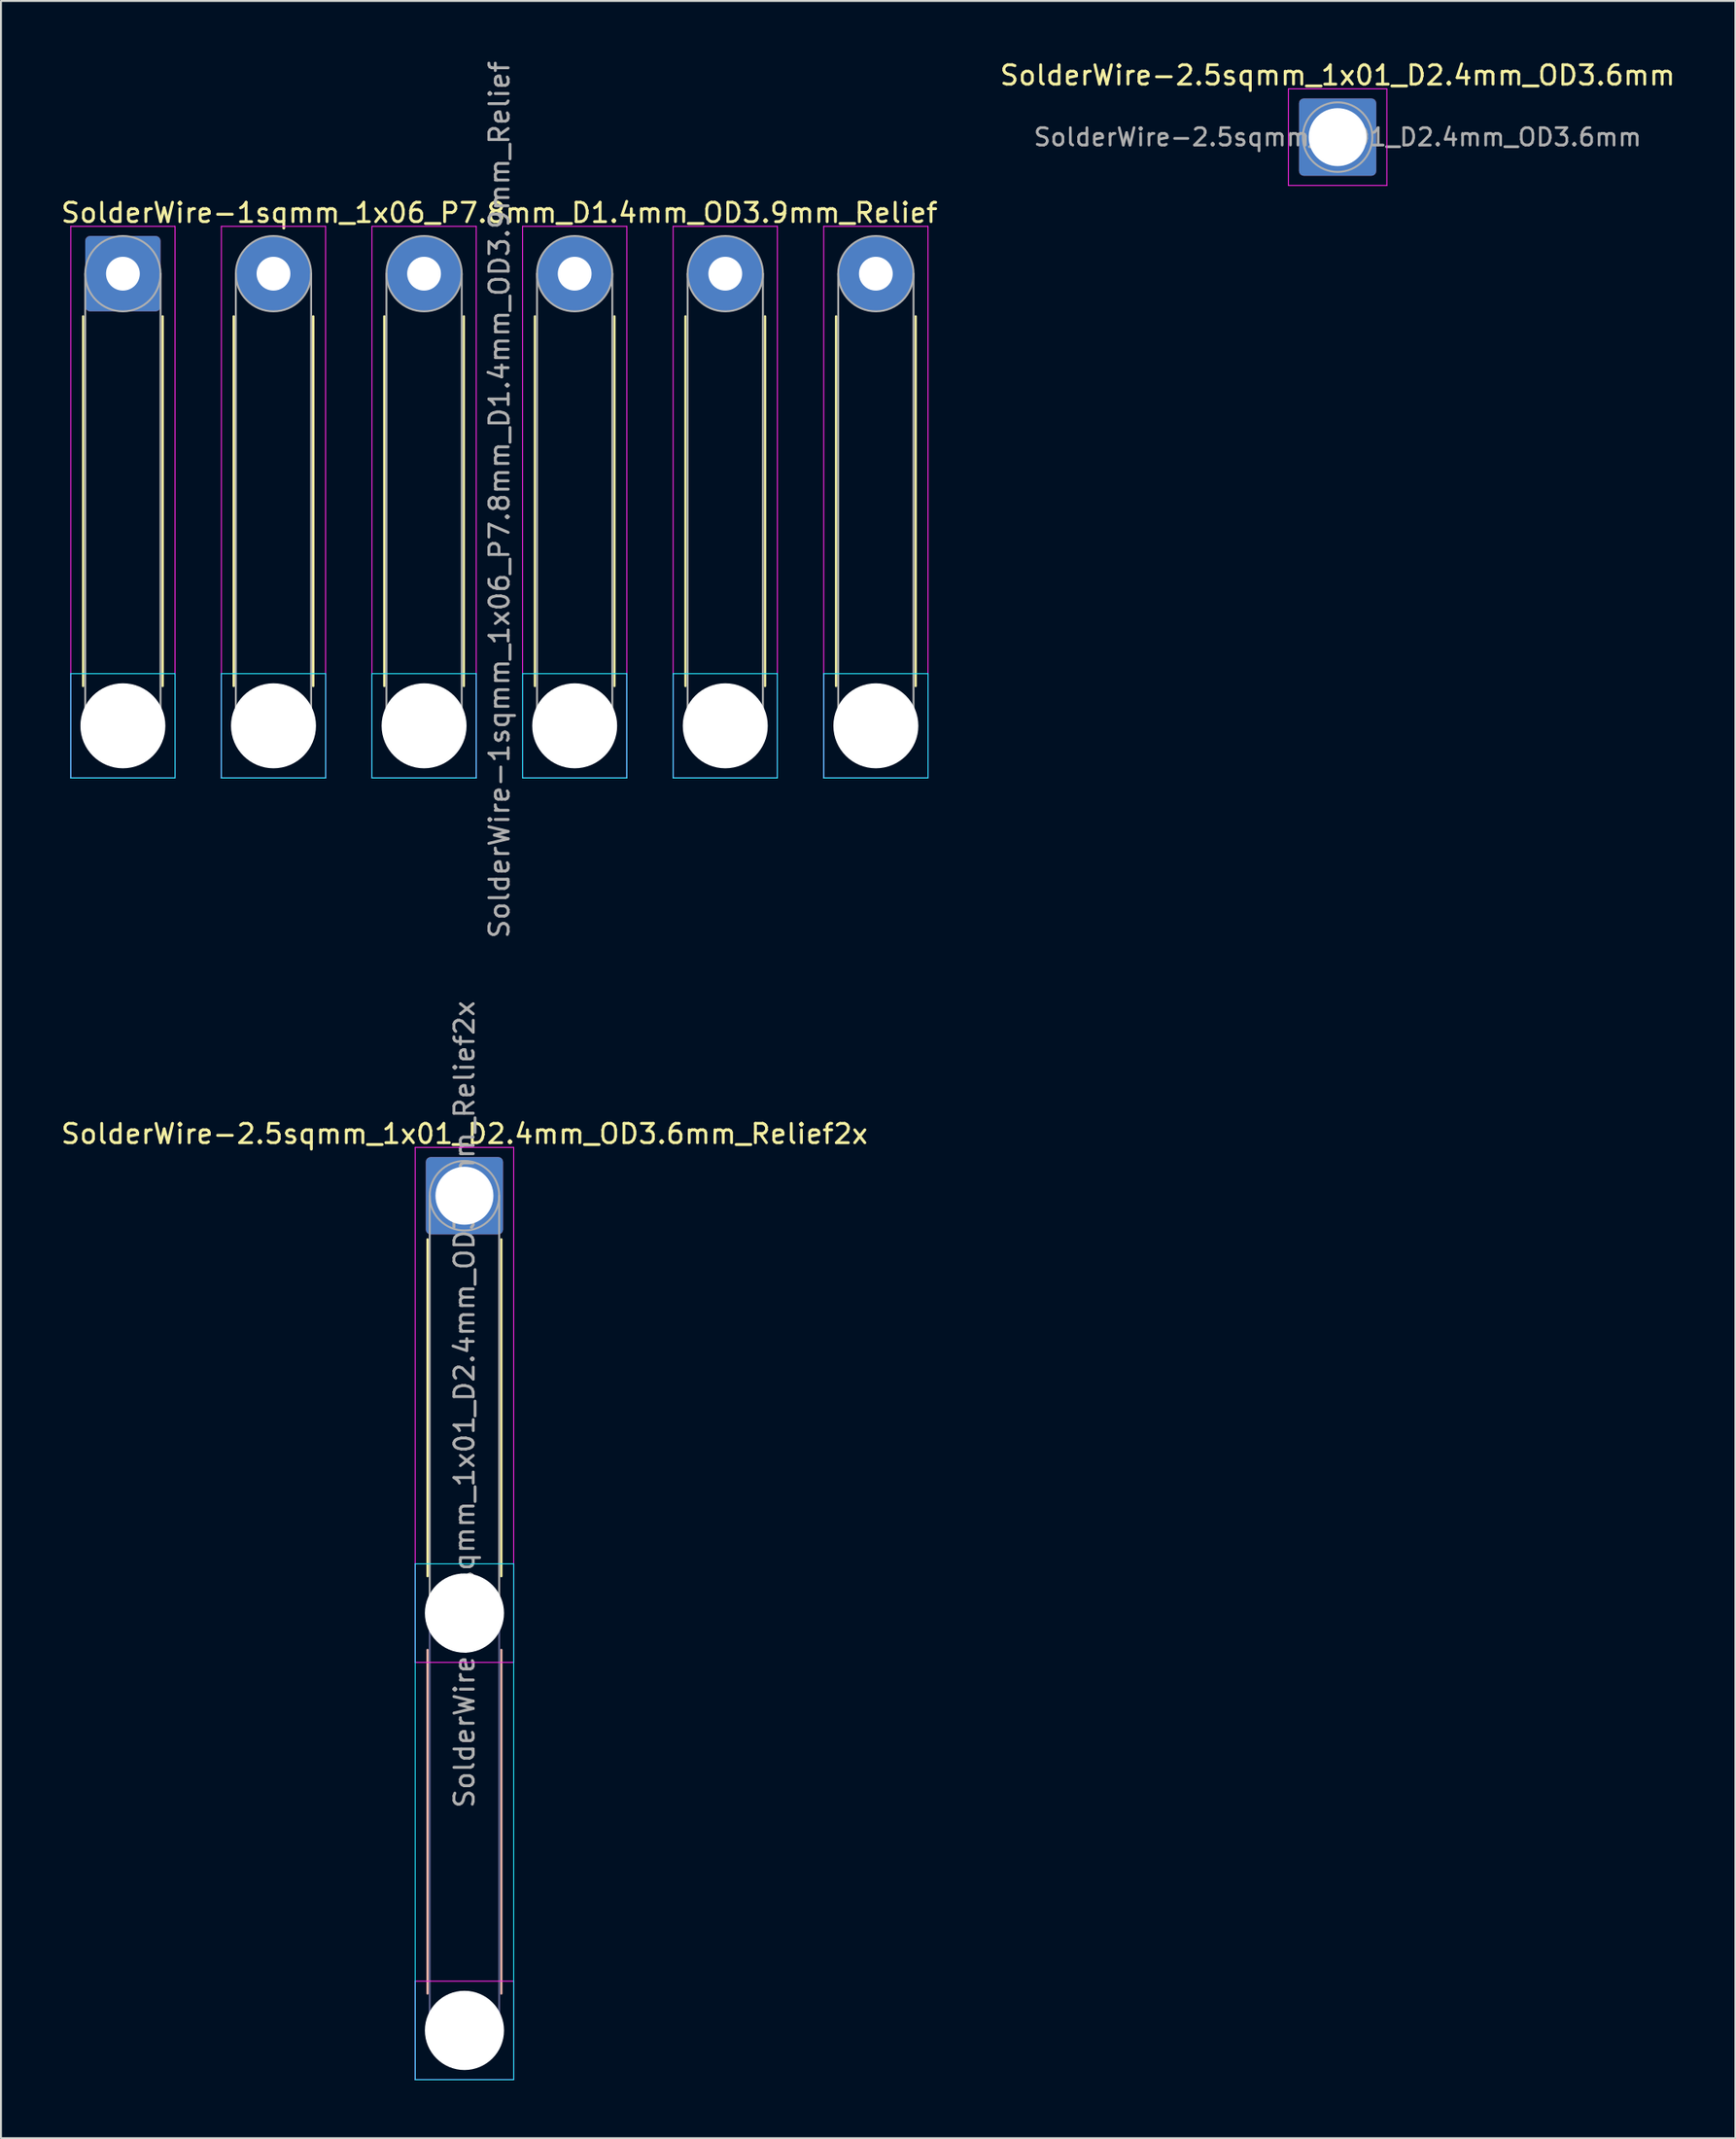
<source format=kicad_pcb>
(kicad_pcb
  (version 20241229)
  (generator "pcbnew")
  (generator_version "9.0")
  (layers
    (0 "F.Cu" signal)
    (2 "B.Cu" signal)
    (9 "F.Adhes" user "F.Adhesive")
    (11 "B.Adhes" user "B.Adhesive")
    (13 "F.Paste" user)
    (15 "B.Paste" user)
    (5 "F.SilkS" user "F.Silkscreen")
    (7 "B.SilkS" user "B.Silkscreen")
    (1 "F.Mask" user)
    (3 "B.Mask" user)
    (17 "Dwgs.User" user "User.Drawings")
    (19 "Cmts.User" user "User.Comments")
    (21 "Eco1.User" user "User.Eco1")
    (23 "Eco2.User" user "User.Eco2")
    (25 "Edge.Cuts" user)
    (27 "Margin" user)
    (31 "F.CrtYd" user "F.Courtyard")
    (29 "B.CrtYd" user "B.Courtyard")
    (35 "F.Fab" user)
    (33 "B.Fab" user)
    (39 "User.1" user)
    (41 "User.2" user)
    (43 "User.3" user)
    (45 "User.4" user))
  (footprint "SolderWire-2.5sqmm_1x01_D2.4mm_OD3.6mm_Relief2x"
    (layer "F.Cu")
    (at 21.006 58.837)
    (property "Reference" "SolderWire-2.5sqmm_1x01_D2.4mm_OD3.6mm_Relief2x" (at 0 -3.2 0) (layer "F.SilkS") (effects (font (size 1 1) (thickness 0.15))))
    (attr exclude_from_pos_files exclude_from_bom)
    (fp_line (start -1.91 2.26) (end -1.91 19.69) (stroke (width 0.12) (type solid)) (layer "F.SilkS"))
    (fp_line (start 1.91 2.26) (end 1.91 19.69) (stroke (width 0.12) (type solid)) (layer "F.SilkS"))
    (fp_line (start -1.91 23.51) (end -1.91 41.29) (stroke (width 0.12) (type solid)) (layer "B.SilkS"))
    (fp_line (start 1.91 23.51) (end 1.91 41.29) (stroke (width 0.12) (type solid)) (layer "B.SilkS"))
    (fp_line (start -2.55 19.05) (end -2.55 45.75) (stroke (width 0.05) (type solid)) (layer "B.CrtYd"))
    (fp_line (start -2.55 45.75) (end 2.55 45.75) (stroke (width 0.05) (type solid)) (layer "B.CrtYd"))
    (fp_line (start 2.55 19.05) (end -2.55 19.05) (stroke (width 0.05) (type solid)) (layer "B.CrtYd"))
    (fp_line (start 2.55 45.75) (end 2.55 19.05) (stroke (width 0.05) (type solid)) (layer "B.CrtYd"))
    (fp_line (start -2.55 -2.5) (end -2.55 24.15) (stroke (width 0.05) (type solid)) (layer "F.CrtYd"))
    (fp_line (start -2.55 24.15) (end 2.55 24.15) (stroke (width 0.05) (type solid)) (layer "F.CrtYd"))
    (fp_line (start -2.55 40.65) (end -2.55 45.75) (stroke (width 0.05) (type solid)) (layer "F.CrtYd"))
    (fp_line (start -2.55 45.75) (end 2.55 45.75) (stroke (width 0.05) (type solid)) (layer "F.CrtYd"))
    (fp_line (start 2.55 -2.5) (end -2.55 -2.5) (stroke (width 0.05) (type solid)) (layer "F.CrtYd"))
    (fp_line (start 2.55 24.15) (end 2.55 -2.5) (stroke (width 0.05) (type solid)) (layer "F.CrtYd"))
    (fp_line (start 2.55 40.65) (end -2.55 40.65) (stroke (width 0.05) (type solid)) (layer "F.CrtYd"))
    (fp_line (start 2.55 45.75) (end 2.55 40.65) (stroke (width 0.05) (type solid)) (layer "F.CrtYd"))
    (fp_line (start -1.8 21.6) (end -1.8 43.2) (stroke (width 0.1) (type solid)) (layer "B.Fab"))
    (fp_line (start 1.8 21.6) (end 1.8 43.2) (stroke (width 0.1) (type solid)) (layer "B.Fab"))
    (fp_circle (center 0 21.6) (end 1.8 21.6) (stroke (width 0.1) (type solid)) (fill no) (layer "B.Fab"))
    (fp_circle (center 0 43.2) (end 1.8 43.2) (stroke (width 0.1) (type solid)) (fill no) (layer "B.Fab"))
    (fp_line (start -1.8 0) (end -1.8 21.6) (stroke (width 0.1) (type solid)) (layer "F.Fab"))
    (fp_line (start 1.8 0) (end 1.8 21.6) (stroke (width 0.1) (type solid)) (layer "F.Fab"))
    (fp_circle (center 0 0) (end 1.8 0) (stroke (width 0.1) (type solid)) (fill no) (layer "F.Fab"))
    (fp_circle (center 0 21.6) (end 1.8 21.6) (stroke (width 0.1) (type solid)) (fill no) (layer "F.Fab"))
    (fp_circle (center 0 43.2) (end 1.8 43.2) (stroke (width 0.1) (type solid)) (fill no) (layer "F.Fab"))
    (fp_text user "${REFERENCE}" (at 0 10.8 90) (layer "F.Fab") (effects (font (size 1 1) (thickness 0.15))))
    (pad "" np_thru_hole circle (at 0 21.6) (size 4.1 4.1) (drill 4.1) (layers "*.Cu" "*.Mask"))
    (pad "" np_thru_hole circle (at 0 43.2) (size 4.1 4.1) (drill 4.1) (layers "*.Cu" "*.Mask"))
    (pad "1" thru_hole roundrect (at 0 0) (size 4 4) (drill 3) (layers "*.Cu" "*.Mask") (roundrect_rratio 0.062)))
  (footprint "SolderWire-1sqmm_1x06_P7.8mm_D1.4mm_OD3.9mm_Relief"
    (layer "F.Cu")
    (at 3.315 11.115)
    (property "Reference" "SolderWire-1sqmm_1x06_P7.8mm_D1.4mm_OD3.9mm_Relief" (at 19.5 -3.15 0) (layer "F.SilkS") (effects (font (size 1 1) (thickness 0.15))))
    (attr exclude_from_pos_files exclude_from_bom)
    (fp_line (start -2.06 2.21) (end -2.06 21.34) (stroke (width 0.12) (type solid)) (layer "F.SilkS"))
    (fp_line (start 2.06 2.21) (end 2.06 21.34) (stroke (width 0.12) (type solid)) (layer "F.SilkS"))
    (fp_line (start 5.74 2.21) (end 5.74 21.34) (stroke (width 0.12) (type solid)) (layer "F.SilkS"))
    (fp_line (start 9.86 2.21) (end 9.86 21.34) (stroke (width 0.12) (type solid)) (layer "F.SilkS"))
    (fp_line (start 13.54 2.21) (end 13.54 21.34) (stroke (width 0.12) (type solid)) (layer "F.SilkS"))
    (fp_line (start 17.66 2.21) (end 17.66 21.34) (stroke (width 0.12) (type solid)) (layer "F.SilkS"))
    (fp_line (start 21.34 2.21) (end 21.34 21.34) (stroke (width 0.12) (type solid)) (layer "F.SilkS"))
    (fp_line (start 25.46 2.21) (end 25.46 21.34) (stroke (width 0.12) (type solid)) (layer "F.SilkS"))
    (fp_line (start 29.14 2.21) (end 29.14 21.34) (stroke (width 0.12) (type solid)) (layer "F.SilkS"))
    (fp_line (start 33.26 2.21) (end 33.26 21.34) (stroke (width 0.12) (type solid)) (layer "F.SilkS"))
    (fp_line (start 36.94 2.21) (end 36.94 21.34) (stroke (width 0.12) (type solid)) (layer "F.SilkS"))
    (fp_line (start 41.06 2.21) (end 41.06 21.34) (stroke (width 0.12) (type solid)) (layer "F.SilkS"))
    (fp_line (start -2.7 20.7) (end -2.7 26.1) (stroke (width 0.05) (type solid)) (layer "B.CrtYd"))
    (fp_line (start -2.7 26.1) (end 2.7 26.1) (stroke (width 0.05) (type solid)) (layer "B.CrtYd"))
    (fp_line (start 2.7 20.7) (end -2.7 20.7) (stroke (width 0.05) (type solid)) (layer "B.CrtYd"))
    (fp_line (start 2.7 26.1) (end 2.7 20.7) (stroke (width 0.05) (type solid)) (layer "B.CrtYd"))
    (fp_line (start 5.1 20.7) (end 5.1 26.1) (stroke (width 0.05) (type solid)) (layer "B.CrtYd"))
    (fp_line (start 5.1 26.1) (end 10.5 26.1) (stroke (width 0.05) (type solid)) (layer "B.CrtYd"))
    (fp_line (start 10.5 20.7) (end 5.1 20.7) (stroke (width 0.05) (type solid)) (layer "B.CrtYd"))
    (fp_line (start 10.5 26.1) (end 10.5 20.7) (stroke (width 0.05) (type solid)) (layer "B.CrtYd"))
    (fp_line (start 12.9 20.7) (end 12.9 26.1) (stroke (width 0.05) (type solid)) (layer "B.CrtYd"))
    (fp_line (start 12.9 26.1) (end 18.3 26.1) (stroke (width 0.05) (type solid)) (layer "B.CrtYd"))
    (fp_line (start 18.3 20.7) (end 12.9 20.7) (stroke (width 0.05) (type solid)) (layer "B.CrtYd"))
    (fp_line (start 18.3 26.1) (end 18.3 20.7) (stroke (width 0.05) (type solid)) (layer "B.CrtYd"))
    (fp_line (start 20.7 20.7) (end 20.7 26.1) (stroke (width 0.05) (type solid)) (layer "B.CrtYd"))
    (fp_line (start 20.7 26.1) (end 26.1 26.1) (stroke (width 0.05) (type solid)) (layer "B.CrtYd"))
    (fp_line (start 26.1 20.7) (end 20.7 20.7) (stroke (width 0.05) (type solid)) (layer "B.CrtYd"))
    (fp_line (start 26.1 26.1) (end 26.1 20.7) (stroke (width 0.05) (type solid)) (layer "B.CrtYd"))
    (fp_line (start 28.5 20.7) (end 28.5 26.1) (stroke (width 0.05) (type solid)) (layer "B.CrtYd"))
    (fp_line (start 28.5 26.1) (end 33.9 26.1) (stroke (width 0.05) (type solid)) (layer "B.CrtYd"))
    (fp_line (start 33.9 20.7) (end 28.5 20.7) (stroke (width 0.05) (type solid)) (layer "B.CrtYd"))
    (fp_line (start 33.9 26.1) (end 33.9 20.7) (stroke (width 0.05) (type solid)) (layer "B.CrtYd"))
    (fp_line (start 36.3 20.7) (end 36.3 26.1) (stroke (width 0.05) (type solid)) (layer "B.CrtYd"))
    (fp_line (start 36.3 26.1) (end 41.7 26.1) (stroke (width 0.05) (type solid)) (layer "B.CrtYd"))
    (fp_line (start 41.7 20.7) (end 36.3 20.7) (stroke (width 0.05) (type solid)) (layer "B.CrtYd"))
    (fp_line (start 41.7 26.1) (end 41.7 20.7) (stroke (width 0.05) (type solid)) (layer "B.CrtYd"))
    (fp_line (start -2.7 -2.45) (end -2.7 26.1) (stroke (width 0.05) (type solid)) (layer "F.CrtYd"))
    (fp_line (start -2.7 26.1) (end 2.7 26.1) (stroke (width 0.05) (type solid)) (layer "F.CrtYd"))
    (fp_line (start 2.7 -2.45) (end -2.7 -2.45) (stroke (width 0.05) (type solid)) (layer "F.CrtYd"))
    (fp_line (start 2.7 26.1) (end 2.7 -2.45) (stroke (width 0.05) (type solid)) (layer "F.CrtYd"))
    (fp_line (start 5.1 -2.45) (end 5.1 26.1) (stroke (width 0.05) (type solid)) (layer "F.CrtYd"))
    (fp_line (start 5.1 26.1) (end 10.5 26.1) (stroke (width 0.05) (type solid)) (layer "F.CrtYd"))
    (fp_line (start 10.5 -2.45) (end 5.1 -2.45) (stroke (width 0.05) (type solid)) (layer "F.CrtYd"))
    (fp_line (start 10.5 26.1) (end 10.5 -2.45) (stroke (width 0.05) (type solid)) (layer "F.CrtYd"))
    (fp_line (start 12.9 -2.45) (end 12.9 26.1) (stroke (width 0.05) (type solid)) (layer "F.CrtYd"))
    (fp_line (start 12.9 26.1) (end 18.3 26.1) (stroke (width 0.05) (type solid)) (layer "F.CrtYd"))
    (fp_line (start 18.3 -2.45) (end 12.9 -2.45) (stroke (width 0.05) (type solid)) (layer "F.CrtYd"))
    (fp_line (start 18.3 26.1) (end 18.3 -2.45) (stroke (width 0.05) (type solid)) (layer "F.CrtYd"))
    (fp_line (start 20.7 -2.45) (end 20.7 26.1) (stroke (width 0.05) (type solid)) (layer "F.CrtYd"))
    (fp_line (start 20.7 26.1) (end 26.1 26.1) (stroke (width 0.05) (type solid)) (layer "F.CrtYd"))
    (fp_line (start 26.1 -2.45) (end 20.7 -2.45) (stroke (width 0.05) (type solid)) (layer "F.CrtYd"))
    (fp_line (start 26.1 26.1) (end 26.1 -2.45) (stroke (width 0.05) (type solid)) (layer "F.CrtYd"))
    (fp_line (start 28.5 -2.45) (end 28.5 26.1) (stroke (width 0.05) (type solid)) (layer "F.CrtYd"))
    (fp_line (start 28.5 26.1) (end 33.9 26.1) (stroke (width 0.05) (type solid)) (layer "F.CrtYd"))
    (fp_line (start 33.9 -2.45) (end 28.5 -2.45) (stroke (width 0.05) (type solid)) (layer "F.CrtYd"))
    (fp_line (start 33.9 26.1) (end 33.9 -2.45) (stroke (width 0.05) (type solid)) (layer "F.CrtYd"))
    (fp_line (start 36.3 -2.45) (end 36.3 26.1) (stroke (width 0.05) (type solid)) (layer "F.CrtYd"))
    (fp_line (start 36.3 26.1) (end 41.7 26.1) (stroke (width 0.05) (type solid)) (layer "F.CrtYd"))
    (fp_line (start 41.7 -2.45) (end 36.3 -2.45) (stroke (width 0.05) (type solid)) (layer "F.CrtYd"))
    (fp_line (start 41.7 26.1) (end 41.7 -2.45) (stroke (width 0.05) (type solid)) (layer "F.CrtYd"))
    (fp_line (start -1.95 0) (end -1.95 23.4) (stroke (width 0.1) (type solid)) (layer "F.Fab"))
    (fp_line (start 1.95 0) (end 1.95 23.4) (stroke (width 0.1) (type solid)) (layer "F.Fab"))
    (fp_line (start 5.85 0) (end 5.85 23.4) (stroke (width 0.1) (type solid)) (layer "F.Fab"))
    (fp_line (start 9.75 0) (end 9.75 23.4) (stroke (width 0.1) (type solid)) (layer "F.Fab"))
    (fp_line (start 13.65 0) (end 13.65 23.4) (stroke (width 0.1) (type solid)) (layer "F.Fab"))
    (fp_line (start 17.55 0) (end 17.55 23.4) (stroke (width 0.1) (type solid)) (layer "F.Fab"))
    (fp_line (start 21.45 0) (end 21.45 23.4) (stroke (width 0.1) (type solid)) (layer "F.Fab"))
    (fp_line (start 25.35 0) (end 25.35 23.4) (stroke (width 0.1) (type solid)) (layer "F.Fab"))
    (fp_line (start 29.25 0) (end 29.25 23.4) (stroke (width 0.1) (type solid)) (layer "F.Fab"))
    (fp_line (start 33.15 0) (end 33.15 23.4) (stroke (width 0.1) (type solid)) (layer "F.Fab"))
    (fp_line (start 37.05 0) (end 37.05 23.4) (stroke (width 0.1) (type solid)) (layer "F.Fab"))
    (fp_line (start 40.95 0) (end 40.95 23.4) (stroke (width 0.1) (type solid)) (layer "F.Fab"))
    (fp_circle (center 0 0) (end 1.95 0) (stroke (width 0.1) (type solid)) (fill no) (layer "F.Fab"))
    (fp_circle (center 0 23.4) (end 1.95 23.4) (stroke (width 0.1) (type solid)) (fill no) (layer "F.Fab"))
    (fp_circle (center 7.8 0) (end 9.75 0) (stroke (width 0.1) (type solid)) (fill no) (layer "F.Fab"))
    (fp_circle (center 7.8 23.4) (end 9.75 23.4) (stroke (width 0.1) (type solid)) (fill no) (layer "F.Fab"))
    (fp_circle (center 15.6 0) (end 17.55 0) (stroke (width 0.1) (type solid)) (fill no) (layer "F.Fab"))
    (fp_circle (center 15.6 23.4) (end 17.55 23.4) (stroke (width 0.1) (type solid)) (fill no) (layer "F.Fab"))
    (fp_circle (center 23.4 0) (end 25.35 0) (stroke (width 0.1) (type solid)) (fill no) (layer "F.Fab"))
    (fp_circle (center 23.4 23.4) (end 25.35 23.4) (stroke (width 0.1) (type solid)) (fill no) (layer "F.Fab"))
    (fp_circle (center 31.2 0) (end 33.15 0) (stroke (width 0.1) (type solid)) (fill no) (layer "F.Fab"))
    (fp_circle (center 31.2 23.4) (end 33.15 23.4) (stroke (width 0.1) (type solid)) (fill no) (layer "F.Fab"))
    (fp_circle (center 39 0) (end 40.95 0) (stroke (width 0.1) (type solid)) (fill no) (layer "F.Fab"))
    (fp_circle (center 39 23.4) (end 40.95 23.4) (stroke (width 0.1) (type solid)) (fill no) (layer "F.Fab"))
    (fp_text user "${REFERENCE}" (at 19.5 11.7 90) (layer "F.Fab") (effects (font (size 1 1) (thickness 0.15))))
    (pad "" np_thru_hole circle (at 0 23.4) (size 4.4 4.4) (drill 4.4) (layers "*.Cu" "*.Mask"))
    (pad "" np_thru_hole circle (at 7.8 23.4) (size 4.4 4.4) (drill 4.4) (layers "*.Cu" "*.Mask"))
    (pad "" np_thru_hole circle (at 15.6 23.4) (size 4.4 4.4) (drill 4.4) (layers "*.Cu" "*.Mask"))
    (pad "" np_thru_hole circle (at 23.4 23.4) (size 4.4 4.4) (drill 4.4) (layers "*.Cu" "*.Mask"))
    (pad "" np_thru_hole circle (at 31.2 23.4) (size 4.4 4.4) (drill 4.4) (layers "*.Cu" "*.Mask"))
    (pad "" np_thru_hole circle (at 39 23.4) (size 4.4 4.4) (drill 4.4) (layers "*.Cu" "*.Mask"))
    (pad "1" thru_hole roundrect (at 0 0) (size 3.9 3.9) (drill 1.75) (layers "*.Cu" "*.Mask") (roundrect_rratio 0.064))
    (pad "2" thru_hole circle (at 7.8 0) (size 3.9 3.9) (drill 1.75) (layers "*.Cu" "*.Mask"))
    (pad "3" thru_hole circle (at 15.6 0) (size 3.9 3.9) (drill 1.75) (layers "*.Cu" "*.Mask"))
    (pad "4" thru_hole circle (at 23.4 0) (size 3.9 3.9) (drill 1.75) (layers "*.Cu" "*.Mask"))
    (pad "5" thru_hole circle (at 31.2 0) (size 3.9 3.9) (drill 1.75) (layers "*.Cu" "*.Mask"))
    (pad "6" thru_hole circle (at 39 0) (size 3.9 3.9) (drill 1.75) (layers "*.Cu" "*.Mask")))
  (footprint "SolderWire-2.5sqmm_1x01_D2.4mm_OD3.6mm"
    (layer "F.Cu")
    (at 66.232 4.048)
    (property "Reference" "SolderWire-2.5sqmm_1x01_D2.4mm_OD3.6mm" (at 0 -3.2 0) (layer "F.SilkS") (effects (font (size 1 1) (thickness 0.15))))
    (attr exclude_from_pos_files exclude_from_bom)
    (fp_line (start -2.55 -2.5) (end -2.55 2.5) (stroke (width 0.05) (type solid)) (layer "F.CrtYd"))
    (fp_line (start -2.55 2.5) (end 2.55 2.5) (stroke (width 0.05) (type solid)) (layer "F.CrtYd"))
    (fp_line (start 2.55 -2.5) (end -2.55 -2.5) (stroke (width 0.05) (type solid)) (layer "F.CrtYd"))
    (fp_line (start 2.55 2.5) (end 2.55 -2.5) (stroke (width 0.05) (type solid)) (layer "F.CrtYd"))
    (fp_circle (center 0 0) (end 1.8 0) (stroke (width 0.1) (type solid)) (fill no) (layer "F.Fab"))
    (fp_text user "${REFERENCE}" (at 0 0 0) (layer "F.Fab") (effects (font (size 0.9 0.9) (thickness 0.14))))
    (pad "1" thru_hole roundrect (at 0 0) (size 4 4) (drill 3) (layers "*.Cu" "*.Mask") (roundrect_rratio 0.062)))
  (gr_rect
    (start -3 -3)
    (end 86.833 107.612)
    (stroke (width 0.1) (type default))
    (fill no)
    (layer "Edge.Cuts")))
</source>
